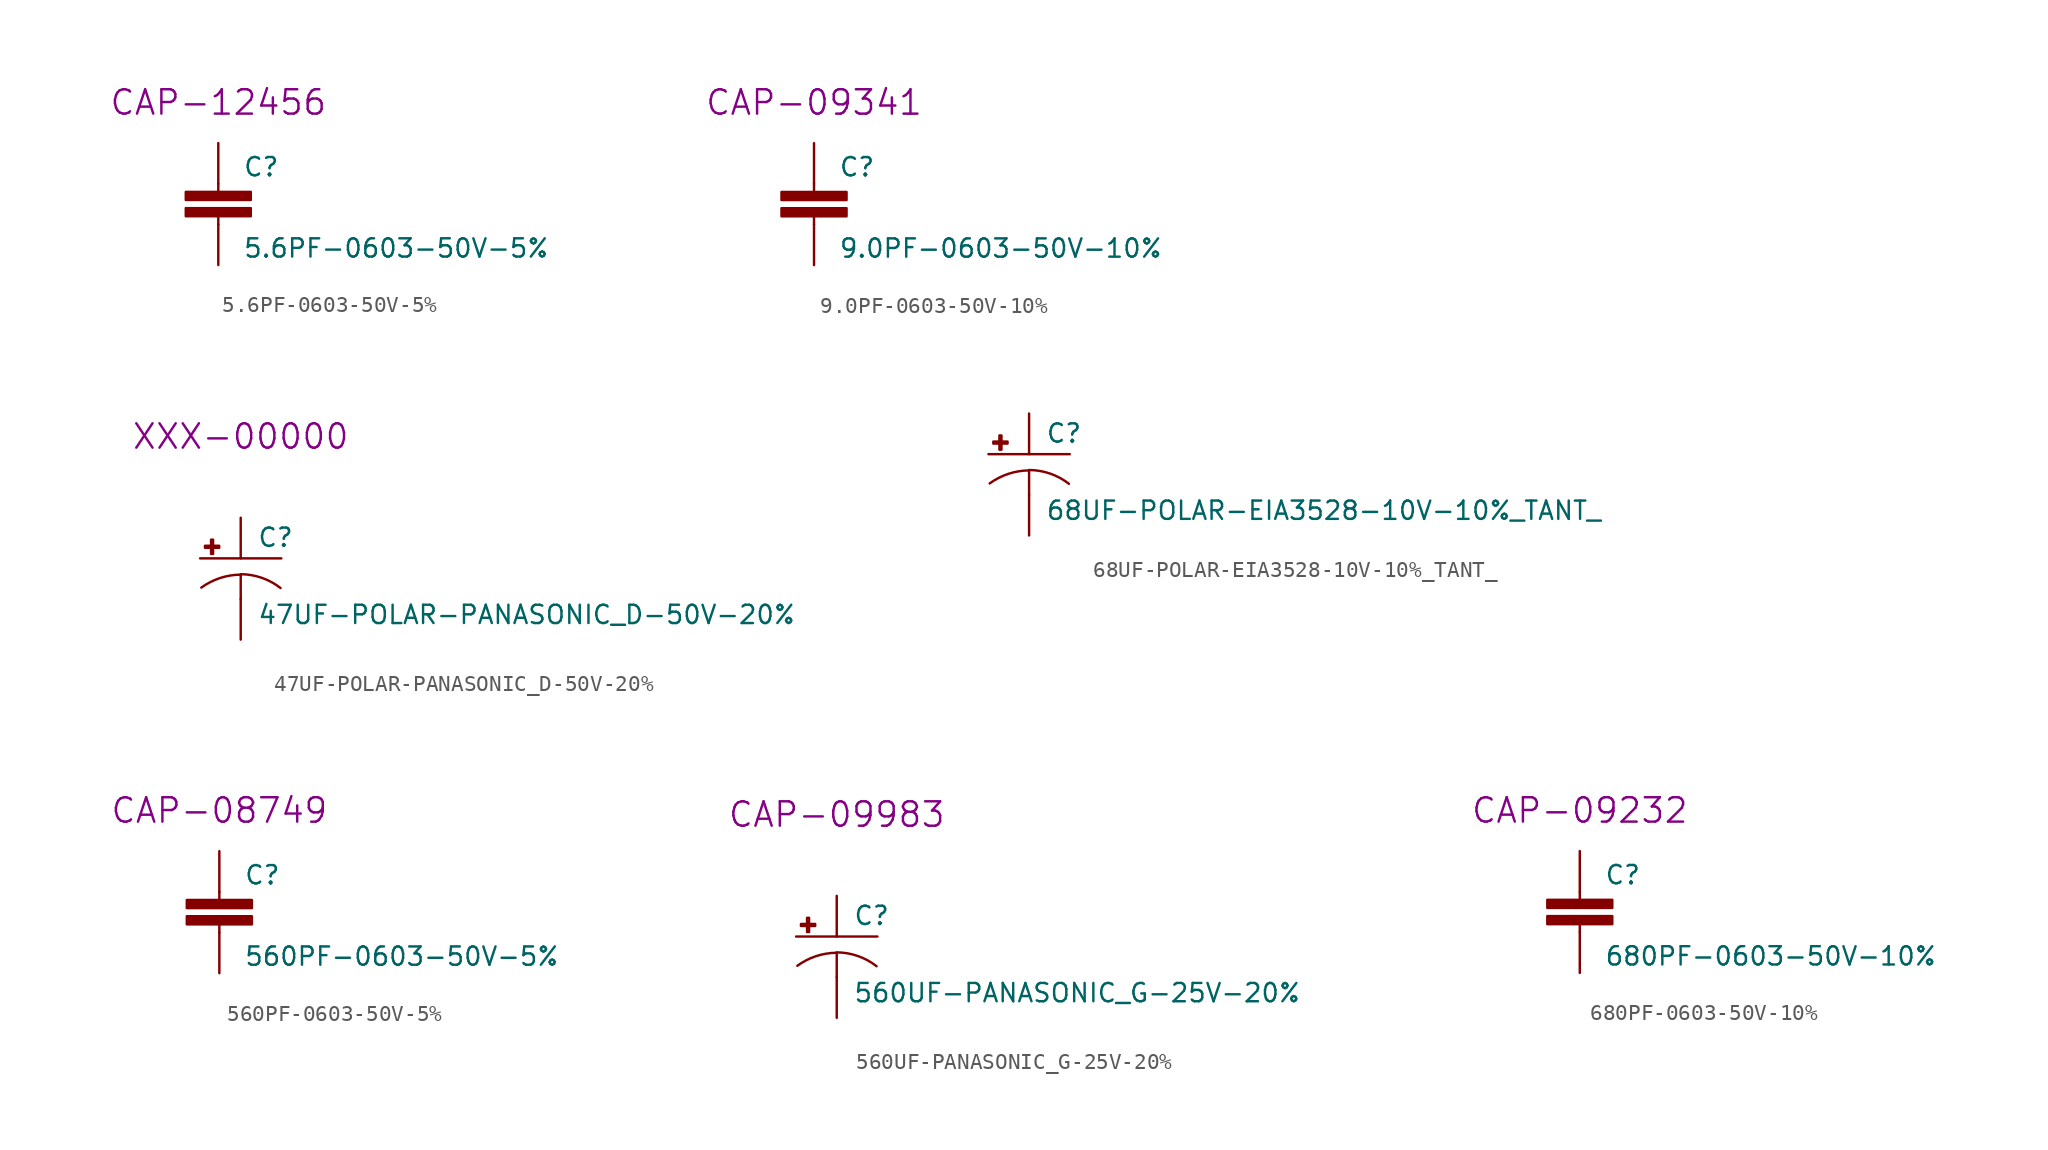
<source format=kicad_sym>
(kicad_symbol_lib
  (version 20220914)
  (generator kicad_symbol_editor)
  (symbol "5.6PF-0603-50V-5%"
    (pin_numbers hide)
    (pin_names
      (offset 1.016) hide)
    (property "Reference" "C"
      (at 1.524 2.921 0)
      (effects (font (size 1.143 1.143)) (justify left bottom)))
    (property "Value" "5.6PF-0603-50V-5%"
      (at 1.524 -2.159 0)
      (effects (font (size 1.143 1.143)) (justify left bottom)))
    (property "Field4" "CAP-12456"
      (at 0 7.62 0)
      (effects (font (size 1.524 1.524))))
    (property "ki_locked" ""
      (at 0 0 0)
      (effects (font (size 1.27 1.27))))
    (symbol "5.6PF-0603-50V-5%_1_0"
      (polyline (pts (xy 0 0) (xy 0 0.508)) (stroke (width 0) (type solid)) (fill (type none)))
      (polyline (pts (xy 0 2.54) (xy 0 2.032)) (stroke (width 0) (type solid)) (fill (type none))))
    (symbol "5.6PF-0603-50V-5%_1_1"
      (rectangle (start -2.032 0.508) (end 2.032 1.016) (stroke (width 0) (type solid)) (fill (type outline)))
      (rectangle (start -2.032 1.524) (end 2.032 2.032) (stroke (width 0) (type solid)) (fill (type outline)))
      (pin passive line (at 0 5.08 270) (length 2.54) (name "1" (effects (font (size 1.016 1.016)))) (number "1" (effects (font (size 1.016 1.016)))))
      (pin passive line (at 0 -2.54 90) (length 2.54) (name "2" (effects (font (size 1.016 1.016)))) (number "2" (effects (font (size 1.016 1.016)))))))
  (symbol "9.0PF-0603-50V-10%"
    (pin_numbers hide)
    (pin_names
      (offset 1.016) hide)
    (property "Reference" "C"
      (at 1.524 2.921 0)
      (effects (font (size 1.143 1.143)) (justify left bottom)))
    (property "Value" "9.0PF-0603-50V-10%"
      (at 1.524 -2.159 0)
      (effects (font (size 1.143 1.143)) (justify left bottom)))
    (property "Field4" "CAP-09341"
      (at 0 7.62 0)
      (effects (font (size 1.524 1.524))))
    (property "ki_locked" ""
      (at 0 0 0)
      (effects (font (size 1.27 1.27))))
    (symbol "9.0PF-0603-50V-10%_1_0"
      (polyline (pts (xy 0 0) (xy 0 0.508)) (stroke (width 0) (type solid)) (fill (type none)))
      (polyline (pts (xy 0 2.54) (xy 0 2.032)) (stroke (width 0) (type solid)) (fill (type none))))
    (symbol "9.0PF-0603-50V-10%_1_1"
      (rectangle (start -2.032 0.508) (end 2.032 1.016) (stroke (width 0) (type solid)) (fill (type outline)))
      (rectangle (start -2.032 1.524) (end 2.032 2.032) (stroke (width 0) (type solid)) (fill (type outline)))
      (pin passive line (at 0 5.08 270) (length 2.54) (name "1" (effects (font (size 1.016 1.016)))) (number "1" (effects (font (size 1.016 1.016)))))
      (pin passive line (at 0 -2.54 90) (length 2.54) (name "2" (effects (font (size 1.016 1.016)))) (number "2" (effects (font (size 1.016 1.016)))))))
  (symbol "47UF-POLAR-PANASONIC_D-50V-20%"
    (pin_numbers hide)
    (pin_names
      (offset 1.016) hide)
    (property "Reference" "C"
      (at 1.016 0.635 0)
      (effects (font (size 1.143 1.143)) (justify left bottom)))
    (property "Value" "47UF-POLAR-PANASONIC_D-50V-20%"
      (at 1.016 -4.191 0)
      (effects (font (size 1.143 1.143)) (justify left bottom)))
    (property "Field4" "XXX-00000"
      (at 0 7.62 0)
      (effects (font (size 1.524 1.524))))
    (property "ki_locked" ""
      (at 0 0 0)
      (effects (font (size 1.27 1.27))))
    (symbol "47UF-POLAR-PANASONIC_D-50V-20%_1_0"
      (polyline (pts (xy -2.54 0) (xy 2.54 0)) (stroke (width 0) (type solid)) (fill (type none)))
      (polyline (pts (xy 0 -1.016) (xy 0 -2.54)) (stroke (width 0) (type solid)) (fill (type none))))
    (symbol "47UF-POLAR-PANASONIC_D-50V-20%_1_1"
      (rectangle (start -2.235 0.66) (end -1.346 0.787) (stroke (width 0) (type solid)) (fill (type outline)))
      (rectangle (start -1.854 0.279) (end -1.727 1.168) (stroke (width 0) (type solid)) (fill (type outline)))
      (arc (start 0 -1.016) (mid -1.2939 -1.2289) (end -2.4638 -1.8288) (stroke (width 0) (type solid)) (fill (type none)))
      (arc (start 2.4892 -1.8542) (mid 1.3167 -1.2157) (end 0 -0.9906) (stroke (width 0) (type solid)) (fill (type none)))
      (pin passive line (at 0 2.54 270) (length 2.54) (name "+" (effects (font (size 1.016 1.016)))) (number "+" (effects (font (size 1.016 1.016)))))
      (pin passive line (at 0 -5.08 90) (length 2.54) (name "-" (effects (font (size 1.016 1.016)))) (number "-" (effects (font (size 1.016 1.016)))))))
  (symbol "68UF-POLAR-EIA3528-10V-10%_TANT_"
    (pin_numbers hide)
    (pin_names
      (offset 1.016) hide)
    (property "Reference" "C"
      (at 1.016 0.635 0)
      (effects (font (size 1.143 1.143)) (justify left bottom)))
    (property "Value" "68UF-POLAR-EIA3528-10V-10%_TANT_"
      (at 1.016 -4.191 0)
      (effects (font (size 1.143 1.143)) (justify left bottom)))
    (property "ki_locked" ""
      (at 0 0 0)
      (effects (font (size 1.27 1.27))))
    (symbol "68UF-POLAR-EIA3528-10V-10%_TANT__1_0"
      (polyline (pts (xy -2.54 0) (xy 2.54 0)) (stroke (width 0) (type solid)) (fill (type none)))
      (polyline (pts (xy 0 -1.016) (xy 0 -2.54)) (stroke (width 0) (type solid)) (fill (type none))))
    (symbol "68UF-POLAR-EIA3528-10V-10%_TANT__1_1"
      (rectangle (start -2.235 0.66) (end -1.346 0.787) (stroke (width 0) (type solid)) (fill (type outline)))
      (rectangle (start -1.854 0.279) (end -1.727 1.168) (stroke (width 0) (type solid)) (fill (type outline)))
      (arc (start 0 -1.016) (mid -1.2939 -1.2289) (end -2.4638 -1.8288) (stroke (width 0) (type solid)) (fill (type none)))
      (arc (start 2.4892 -1.8542) (mid 1.3167 -1.2157) (end 0 -0.9906) (stroke (width 0) (type solid)) (fill (type none)))
      (pin passive line (at 0 2.54 270) (length 2.54) (name "+" (effects (font (size 1.016 1.016)))) (number "A" (effects (font (size 1.016 1.016)))))
      (pin passive line (at 0 -5.08 90) (length 2.54) (name "-" (effects (font (size 1.016 1.016)))) (number "C" (effects (font (size 1.016 1.016)))))))
  (symbol "560PF-0603-50V-5%"
    (pin_numbers hide)
    (pin_names
      (offset 1.016) hide)
    (property "Reference" "C"
      (at 1.524 2.921 0)
      (effects (font (size 1.143 1.143)) (justify left bottom)))
    (property "Value" "560PF-0603-50V-5%"
      (at 1.524 -2.159 0)
      (effects (font (size 1.143 1.143)) (justify left bottom)))
    (property "Field4" "CAP-08749"
      (at 0 7.62 0)
      (effects (font (size 1.524 1.524))))
    (property "ki_locked" ""
      (at 0 0 0)
      (effects (font (size 1.27 1.27))))
    (symbol "560PF-0603-50V-5%_1_0"
      (polyline (pts (xy 0 0) (xy 0 0.508)) (stroke (width 0) (type solid)) (fill (type none)))
      (polyline (pts (xy 0 2.54) (xy 0 2.032)) (stroke (width 0) (type solid)) (fill (type none))))
    (symbol "560PF-0603-50V-5%_1_1"
      (rectangle (start -2.032 0.508) (end 2.032 1.016) (stroke (width 0) (type solid)) (fill (type outline)))
      (rectangle (start -2.032 1.524) (end 2.032 2.032) (stroke (width 0) (type solid)) (fill (type outline)))
      (pin passive line (at 0 5.08 270) (length 2.54) (name "1" (effects (font (size 1.016 1.016)))) (number "1" (effects (font (size 1.016 1.016)))))
      (pin passive line (at 0 -2.54 90) (length 2.54) (name "2" (effects (font (size 1.016 1.016)))) (number "2" (effects (font (size 1.016 1.016)))))))
  (symbol "560UF-PANASONIC_G-25V-20%"
    (pin_numbers hide)
    (pin_names
      (offset 1.016) hide)
    (property "Reference" "C"
      (at 1.016 0.635 0)
      (effects (font (size 1.143 1.143)) (justify left bottom)))
    (property "Value" "560UF-PANASONIC_G-25V-20%"
      (at 1.016 -4.191 0)
      (effects (font (size 1.143 1.143)) (justify left bottom)))
    (property "Field4" "CAP-09983"
      (at 0 7.62 0)
      (effects (font (size 1.524 1.524))))
    (property "ki_locked" ""
      (at 0 0 0)
      (effects (font (size 1.27 1.27))))
    (symbol "560UF-PANASONIC_G-25V-20%_1_0"
      (polyline (pts (xy -2.54 0) (xy 2.54 0)) (stroke (width 0) (type solid)) (fill (type none)))
      (polyline (pts (xy 0 -1.016) (xy 0 -2.54)) (stroke (width 0) (type solid)) (fill (type none))))
    (symbol "560UF-PANASONIC_G-25V-20%_1_1"
      (rectangle (start -2.235 0.66) (end -1.346 0.787) (stroke (width 0) (type solid)) (fill (type outline)))
      (rectangle (start -1.854 0.279) (end -1.727 1.168) (stroke (width 0) (type solid)) (fill (type outline)))
      (arc (start 0 -1.016) (mid -1.2939 -1.2289) (end -2.4638 -1.8288) (stroke (width 0) (type solid)) (fill (type none)))
      (arc (start 2.4892 -1.8542) (mid 1.3167 -1.2157) (end 0 -0.9906) (stroke (width 0) (type solid)) (fill (type none)))
      (pin passive line (at 0 2.54 270) (length 2.54) (name "+" (effects (font (size 1.016 1.016)))) (number "+" (effects (font (size 1.016 1.016)))))
      (pin passive line (at 0 -5.08 90) (length 2.54) (name "-" (effects (font (size 1.016 1.016)))) (number "-" (effects (font (size 1.016 1.016)))))))
  (symbol "680PF-0603-50V-10%"
    (pin_numbers hide)
    (pin_names
      (offset 1.016) hide)
    (property "Reference" "C"
      (at 1.524 2.921 0)
      (effects (font (size 1.143 1.143)) (justify left bottom)))
    (property "Value" "680PF-0603-50V-10%"
      (at 1.524 -2.159 0)
      (effects (font (size 1.143 1.143)) (justify left bottom)))
    (property "Field4" "CAP-09232"
      (at 0 7.62 0)
      (effects (font (size 1.524 1.524))))
    (property "ki_locked" ""
      (at 0 0 0)
      (effects (font (size 1.27 1.27))))
    (symbol "680PF-0603-50V-10%_1_0"
      (polyline (pts (xy 0 0) (xy 0 0.508)) (stroke (width 0) (type solid)) (fill (type none)))
      (polyline (pts (xy 0 2.54) (xy 0 2.032)) (stroke (width 0) (type solid)) (fill (type none))))
    (symbol "680PF-0603-50V-10%_1_1"
      (rectangle (start -2.032 0.508) (end 2.032 1.016) (stroke (width 0) (type solid)) (fill (type outline)))
      (rectangle (start -2.032 1.524) (end 2.032 2.032) (stroke (width 0) (type solid)) (fill (type outline)))
      (pin passive line (at 0 5.08 270) (length 2.54) (name "1" (effects (font (size 1.016 1.016)))) (number "1" (effects (font (size 1.016 1.016)))))
      (pin passive line (at 0 -2.54 90) (length 2.54) (name "2" (effects (font (size 1.016 1.016)))) (number "2" (effects (font (size 1.016 1.016))))))))
</source>
